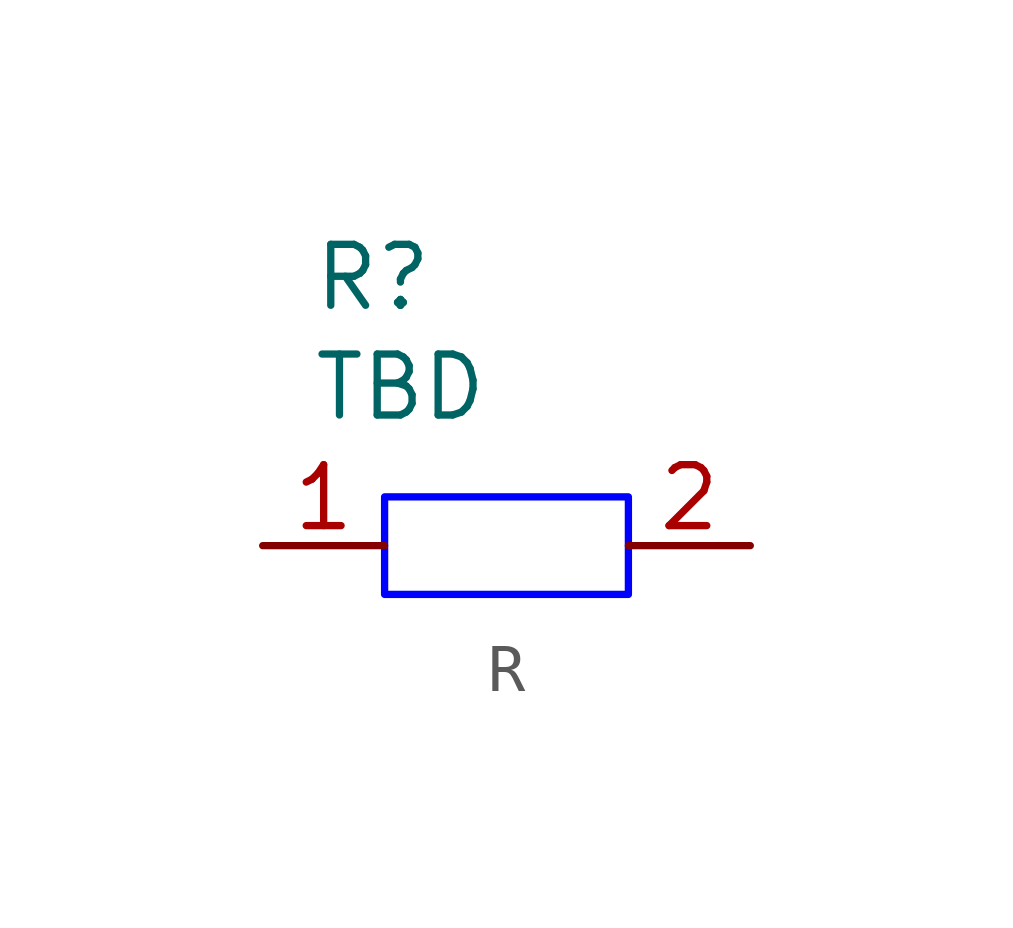
<source format=kicad_sym>
(kicad_symbol_lib
  (version 20231120)
  (generator "kicad_symbol_editor")
  (generator_version "8.0")
  (symbol "R"
    (property "Reference" "R"
      (at -4.064 5.588 0)
      (effects (font (size 1.27 1.27)) (justify left)))
    (property "Value" "TBD"
      (at -4.064 3.302 0)
      (effects (font (size 1.27 1.27)) (justify left)))
    (symbol "R_0_1"
      (rectangle (start -2.54 1.016) (end 2.54 -1.016) (stroke (width 0) (type default) (color 0 0 255 1)) (fill (type none))))
    (symbol "R_1_1"
      (pin passive line (at -5.08 0 0) (length 2.54) (name "" (effects (font (size 1.27 1.27)))) (number "1" (effects (font (size 1.27 1.27)))))
      (pin passive line (at 5.08 0 180) (length 2.54) (name "" (effects (font (size 1.27 1.27)))) (number "2" (effects (font (size 1.27 1.27))))))))
</source>
